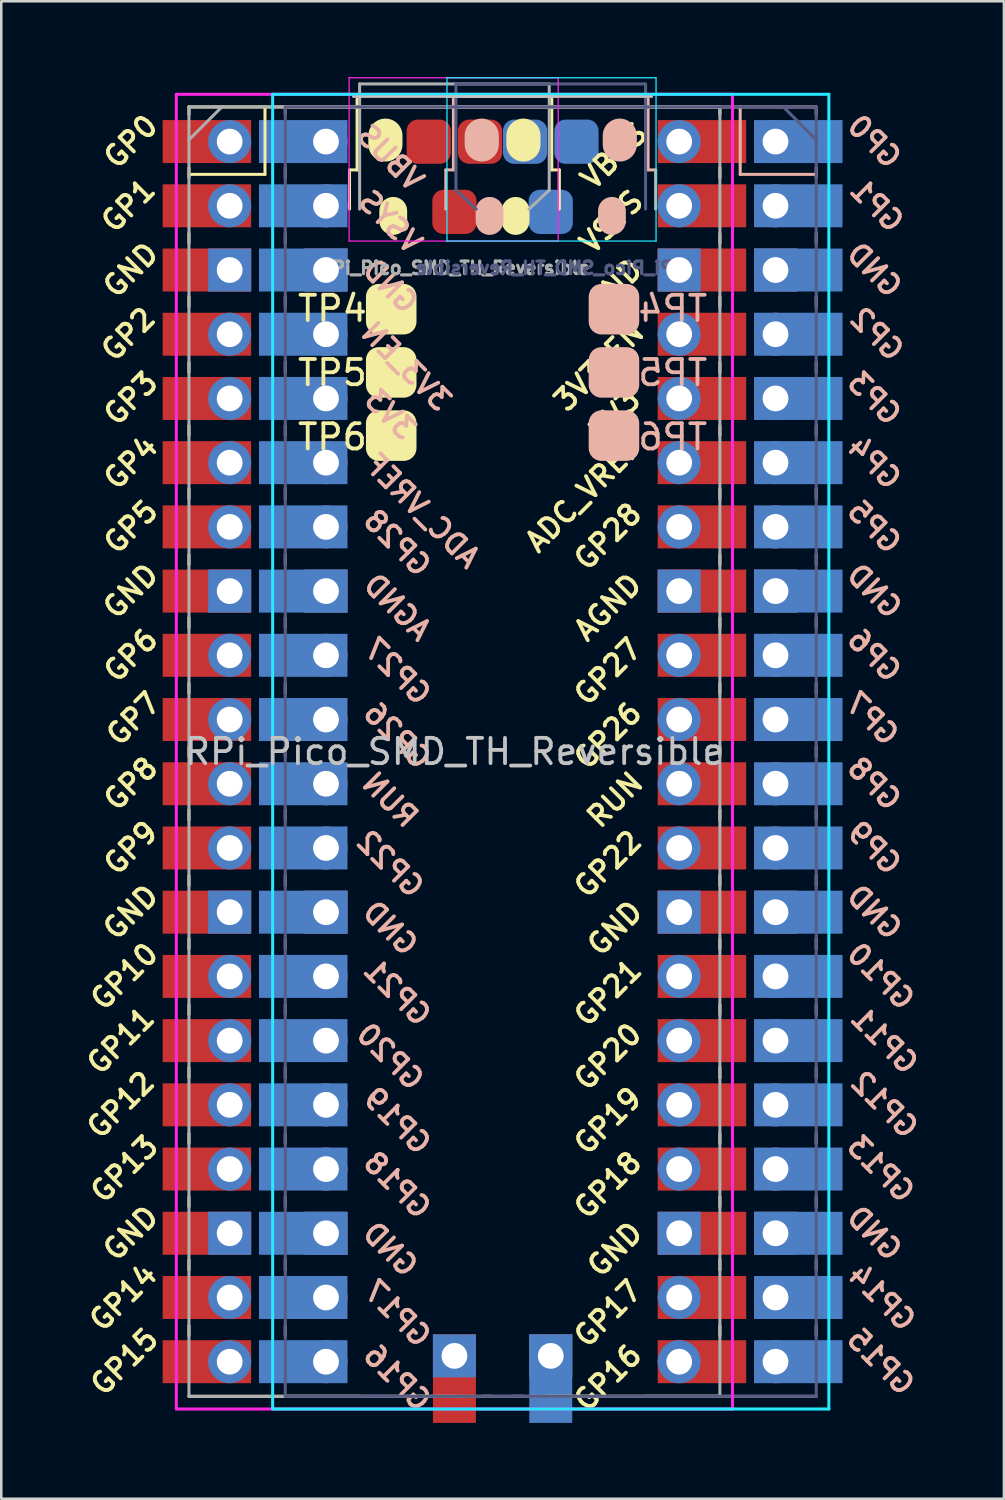
<source format=kicad_pcb>
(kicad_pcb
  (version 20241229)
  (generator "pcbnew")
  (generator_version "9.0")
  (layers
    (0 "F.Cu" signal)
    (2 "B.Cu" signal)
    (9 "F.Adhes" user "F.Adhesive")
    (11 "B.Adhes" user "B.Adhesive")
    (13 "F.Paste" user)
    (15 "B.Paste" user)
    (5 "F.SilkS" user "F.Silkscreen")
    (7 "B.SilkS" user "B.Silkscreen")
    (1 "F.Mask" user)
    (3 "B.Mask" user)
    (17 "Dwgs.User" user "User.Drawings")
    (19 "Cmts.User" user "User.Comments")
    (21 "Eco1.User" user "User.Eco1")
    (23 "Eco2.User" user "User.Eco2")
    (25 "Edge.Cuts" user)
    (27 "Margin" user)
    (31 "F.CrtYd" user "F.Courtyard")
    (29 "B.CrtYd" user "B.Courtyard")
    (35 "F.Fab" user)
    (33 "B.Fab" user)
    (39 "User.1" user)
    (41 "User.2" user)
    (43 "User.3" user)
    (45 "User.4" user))
  (footprint "RPi_Pico_SMD_TH_Reversible"
    (layer "F.Cu")
    (at 14.924 26.68)
    (property "Reference" "RPi_Pico_SMD_TH_Reversible" (at 0 0 0) (layer "Dwgs.User") (effects (font (size 1 1) (thickness 0.15))))
    (attr through_hole)
    (fp_line (start -10.5 -25.5) (end -10.5 -25.2) (stroke (width 0.12) (type solid)) (layer "F.SilkS"))
    (fp_line (start -10.5 -25.5) (end 10.5 -25.5) (stroke (width 0.12) (type solid)) (layer "F.SilkS"))
    (fp_line (start -10.5 -23.1) (end -10.5 -22.7) (stroke (width 0.12) (type solid)) (layer "F.SilkS"))
    (fp_line (start -10.5 -22.833) (end -7.493 -22.833) (stroke (width 0.12) (type solid)) (layer "F.SilkS"))
    (fp_line (start -10.5 -20.5) (end -10.5 -20.1) (stroke (width 0.12) (type solid)) (layer "F.SilkS"))
    (fp_line (start -10.5 -18) (end -10.5 -17.6) (stroke (width 0.12) (type solid)) (layer "F.SilkS"))
    (fp_line (start -10.5 -15.4) (end -10.5 -15) (stroke (width 0.12) (type solid)) (layer "F.SilkS"))
    (fp_line (start -10.5 -12.9) (end -10.5 -12.5) (stroke (width 0.12) (type solid)) (layer "F.SilkS"))
    (fp_line (start -10.5 -10.4) (end -10.5 -10) (stroke (width 0.12) (type solid)) (layer "F.SilkS"))
    (fp_line (start -10.5 -7.8) (end -10.5 -7.4) (stroke (width 0.12) (type solid)) (layer "F.SilkS"))
    (fp_line (start -10.5 -5.3) (end -10.5 -4.9) (stroke (width 0.12) (type solid)) (layer "F.SilkS"))
    (fp_line (start -10.5 -2.7) (end -10.5 -2.3) (stroke (width 0.12) (type solid)) (layer "F.SilkS"))
    (fp_line (start -10.5 -0.2) (end -10.5 0.2) (stroke (width 0.12) (type solid)) (layer "F.SilkS"))
    (fp_line (start -10.5 2.3) (end -10.5 2.7) (stroke (width 0.12) (type solid)) (layer "F.SilkS"))
    (fp_line (start -10.5 4.9) (end -10.5 5.3) (stroke (width 0.12) (type solid)) (layer "F.SilkS"))
    (fp_line (start -10.5 7.4) (end -10.5 7.8) (stroke (width 0.12) (type solid)) (layer "F.SilkS"))
    (fp_line (start -10.5 10) (end -10.5 10.4) (stroke (width 0.12) (type solid)) (layer "F.SilkS"))
    (fp_line (start -10.5 12.5) (end -10.5 12.9) (stroke (width 0.12) (type solid)) (layer "F.SilkS"))
    (fp_line (start -10.5 15.1) (end -10.5 15.5) (stroke (width 0.12) (type solid)) (layer "F.SilkS"))
    (fp_line (start -10.5 17.6) (end -10.5 18) (stroke (width 0.12) (type solid)) (layer "F.SilkS"))
    (fp_line (start -10.5 20.1) (end -10.5 20.5) (stroke (width 0.12) (type solid)) (layer "F.SilkS"))
    (fp_line (start -10.5 22.7) (end -10.5 23.1) (stroke (width 0.12) (type solid)) (layer "F.SilkS"))
    (fp_line (start -7.493 -22.833) (end -7.493 -25.5) (stroke (width 0.12) (type solid)) (layer "F.SilkS"))
    (fp_line (start -4.15 -23.01) (end -4.15 -21.46) (stroke (width 0.12) (type solid)) (layer "F.SilkS"))
    (fp_line (start -3.85 -25.81) (end -3.85 -23.01) (stroke (width 0.12) (type solid)) (layer "F.SilkS"))
    (fp_line (start -3.85 -23.01) (end -4.15 -23.01) (stroke (width 0.12) (type solid)) (layer "F.SilkS"))
    (fp_line (start -3.7 25.5) (end -10.5 25.5) (stroke (width 0.12) (type solid)) (layer "F.SilkS"))
    (fp_line (start -1.5 25.5) (end -1.1 25.5) (stroke (width 0.12) (type solid)) (layer "F.SilkS"))
    (fp_line (start 1.1 25.5) (end 1.5 25.5) (stroke (width 0.12) (type solid)) (layer "F.SilkS"))
    (fp_line (start 3.85 -25.81) (end 3.85 -23.01) (stroke (width 0.12) (type solid)) (layer "F.SilkS"))
    (fp_line (start 4.15 -23.01) (end 3.85 -23.01) (stroke (width 0.12) (type solid)) (layer "F.SilkS"))
    (fp_line (start 4.15 -23.01) (end 4.15 -21.46) (stroke (width 0.12) (type solid)) (layer "F.SilkS"))
    (fp_line (start 10.5 -25.5) (end 10.5 -25.2) (stroke (width 0.12) (type solid)) (layer "F.SilkS"))
    (fp_line (start 10.5 -23.1) (end 10.5 -22.7) (stroke (width 0.12) (type solid)) (layer "F.SilkS"))
    (fp_line (start 10.5 -20.5) (end 10.5 -20.1) (stroke (width 0.12) (type solid)) (layer "F.SilkS"))
    (fp_line (start 10.5 -18) (end 10.5 -17.6) (stroke (width 0.12) (type solid)) (layer "F.SilkS"))
    (fp_line (start 10.5 -15.4) (end 10.5 -15) (stroke (width 0.12) (type solid)) (layer "F.SilkS"))
    (fp_line (start 10.5 -12.9) (end 10.5 -12.5) (stroke (width 0.12) (type solid)) (layer "F.SilkS"))
    (fp_line (start 10.5 -10.4) (end 10.5 -10) (stroke (width 0.12) (type solid)) (layer "F.SilkS"))
    (fp_line (start 10.5 -7.8) (end 10.5 -7.4) (stroke (width 0.12) (type solid)) (layer "F.SilkS"))
    (fp_line (start 10.5 -5.3) (end 10.5 -4.9) (stroke (width 0.12) (type solid)) (layer "F.SilkS"))
    (fp_line (start 10.5 -2.7) (end 10.5 -2.3) (stroke (width 0.12) (type solid)) (layer "F.SilkS"))
    (fp_line (start 10.5 -0.2) (end 10.5 0.2) (stroke (width 0.12) (type solid)) (layer "F.SilkS"))
    (fp_line (start 10.5 2.3) (end 10.5 2.7) (stroke (width 0.12) (type solid)) (layer "F.SilkS"))
    (fp_line (start 10.5 4.9) (end 10.5 5.3) (stroke (width 0.12) (type solid)) (layer "F.SilkS"))
    (fp_line (start 10.5 7.4) (end 10.5 7.8) (stroke (width 0.12) (type solid)) (layer "F.SilkS"))
    (fp_line (start 10.5 10) (end 10.5 10.4) (stroke (width 0.12) (type solid)) (layer "F.SilkS"))
    (fp_line (start 10.5 12.5) (end 10.5 12.9) (stroke (width 0.12) (type solid)) (layer "F.SilkS"))
    (fp_line (start 10.5 15.1) (end 10.5 15.5) (stroke (width 0.12) (type solid)) (layer "F.SilkS"))
    (fp_line (start 10.5 17.6) (end 10.5 18) (stroke (width 0.12) (type solid)) (layer "F.SilkS"))
    (fp_line (start 10.5 20.1) (end 10.5 20.5) (stroke (width 0.12) (type solid)) (layer "F.SilkS"))
    (fp_line (start 10.5 22.7) (end 10.5 23.1) (stroke (width 0.12) (type solid)) (layer "F.SilkS"))
    (fp_line (start 10.5 25.5) (end 3.7 25.5) (stroke (width 0.12) (type solid)) (layer "F.SilkS"))
    (fp_line (start -6.69 -25.5) (end -6.69 -25.2) (stroke (width 0.12) (type solid)) (layer "B.SilkS"))
    (fp_line (start -6.69 -23.1) (end -6.69 -22.7) (stroke (width 0.12) (type solid)) (layer "B.SilkS"))
    (fp_line (start -6.69 -20.5) (end -6.69 -20.1) (stroke (width 0.12) (type solid)) (layer "B.SilkS"))
    (fp_line (start -6.69 -18) (end -6.69 -17.6) (stroke (width 0.12) (type solid)) (layer "B.SilkS"))
    (fp_line (start -6.69 -15.4) (end -6.69 -15) (stroke (width 0.12) (type solid)) (layer "B.SilkS"))
    (fp_line (start -6.69 -12.9) (end -6.69 -12.5) (stroke (width 0.12) (type solid)) (layer "B.SilkS"))
    (fp_line (start -6.69 -10.4) (end -6.69 -10) (stroke (width 0.12) (type solid)) (layer "B.SilkS"))
    (fp_line (start -6.69 -7.8) (end -6.69 -7.4) (stroke (width 0.12) (type solid)) (layer "B.SilkS"))
    (fp_line (start -6.69 -5.3) (end -6.69 -4.9) (stroke (width 0.12) (type solid)) (layer "B.SilkS"))
    (fp_line (start -6.69 -2.7) (end -6.69 -2.3) (stroke (width 0.12) (type solid)) (layer "B.SilkS"))
    (fp_line (start -6.69 -0.2) (end -6.69 0.2) (stroke (width 0.12) (type solid)) (layer "B.SilkS"))
    (fp_line (start -6.69 2.3) (end -6.69 2.7) (stroke (width 0.12) (type solid)) (layer "B.SilkS"))
    (fp_line (start -6.69 4.9) (end -6.69 5.3) (stroke (width 0.12) (type solid)) (layer "B.SilkS"))
    (fp_line (start -6.69 7.4) (end -6.69 7.8) (stroke (width 0.12) (type solid)) (layer "B.SilkS"))
    (fp_line (start -6.69 10) (end -6.69 10.4) (stroke (width 0.12) (type solid)) (layer "B.SilkS"))
    (fp_line (start -6.69 12.5) (end -6.69 12.9) (stroke (width 0.12) (type solid)) (layer "B.SilkS"))
    (fp_line (start -6.69 15.1) (end -6.69 15.5) (stroke (width 0.12) (type solid)) (layer "B.SilkS"))
    (fp_line (start -6.69 17.6) (end -6.69 18) (stroke (width 0.12) (type solid)) (layer "B.SilkS"))
    (fp_line (start -6.69 20.1) (end -6.69 20.5) (stroke (width 0.12) (type solid)) (layer "B.SilkS"))
    (fp_line (start -6.69 22.7) (end -6.69 23.1) (stroke (width 0.12) (type solid)) (layer "B.SilkS"))
    (fp_line (start -6.69 25.5) (end 0.11 25.5) (stroke (width 0.12) (type solid)) (layer "B.SilkS"))
    (fp_line (start -0.34 -23.01) (end -0.34 -21.46) (stroke (width 0.12) (type solid)) (layer "B.SilkS"))
    (fp_line (start -0.34 -23.01) (end -0.04 -23.01) (stroke (width 0.12) (type solid)) (layer "B.SilkS"))
    (fp_line (start -0.04 -25.81) (end -0.04 -23.01) (stroke (width 0.12) (type solid)) (layer "B.SilkS"))
    (fp_line (start 2.71 25.5) (end 2.31 25.5) (stroke (width 0.12) (type solid)) (layer "B.SilkS"))
    (fp_line (start 5.31 25.5) (end 4.91 25.5) (stroke (width 0.12) (type solid)) (layer "B.SilkS"))
    (fp_line (start 7.51 25.5) (end 14.31 25.5) (stroke (width 0.12) (type solid)) (layer "B.SilkS"))
    (fp_line (start 7.66 -25.81) (end 7.66 -23.01) (stroke (width 0.12) (type solid)) (layer "B.SilkS"))
    (fp_line (start 7.66 -23.01) (end 7.96 -23.01) (stroke (width 0.12) (type solid)) (layer "B.SilkS"))
    (fp_line (start 7.96 -23.01) (end 7.96 -21.46) (stroke (width 0.12) (type solid)) (layer "B.SilkS"))
    (fp_line (start 11.303 -22.833) (end 11.303 -25.5) (stroke (width 0.12) (type solid)) (layer "B.SilkS"))
    (fp_line (start 14.31 -25.5) (end -6.69 -25.5) (stroke (width 0.12) (type solid)) (layer "B.SilkS"))
    (fp_line (start 14.31 -25.5) (end 14.31 -25.2) (stroke (width 0.12) (type solid)) (layer "B.SilkS"))
    (fp_line (start 14.31 -23.1) (end 14.31 -22.7) (stroke (width 0.12) (type solid)) (layer "B.SilkS"))
    (fp_line (start 14.31 -22.833) (end 11.303 -22.833) (stroke (width 0.12) (type solid)) (layer "B.SilkS"))
    (fp_line (start 14.31 -20.5) (end 14.31 -20.1) (stroke (width 0.12) (type solid)) (layer "B.SilkS"))
    (fp_line (start 14.31 -18) (end 14.31 -17.6) (stroke (width 0.12) (type solid)) (layer "B.SilkS"))
    (fp_line (start 14.31 -15.4) (end 14.31 -15) (stroke (width 0.12) (type solid)) (layer "B.SilkS"))
    (fp_line (start 14.31 -12.9) (end 14.31 -12.5) (stroke (width 0.12) (type solid)) (layer "B.SilkS"))
    (fp_line (start 14.31 -10.4) (end 14.31 -10) (stroke (width 0.12) (type solid)) (layer "B.SilkS"))
    (fp_line (start 14.31 -7.8) (end 14.31 -7.4) (stroke (width 0.12) (type solid)) (layer "B.SilkS"))
    (fp_line (start 14.31 -5.3) (end 14.31 -4.9) (stroke (width 0.12) (type solid)) (layer "B.SilkS"))
    (fp_line (start 14.31 -2.7) (end 14.31 -2.3) (stroke (width 0.12) (type solid)) (layer "B.SilkS"))
    (fp_line (start 14.31 -0.2) (end 14.31 0.2) (stroke (width 0.12) (type solid)) (layer "B.SilkS"))
    (fp_line (start 14.31 2.3) (end 14.31 2.7) (stroke (width 0.12) (type solid)) (layer "B.SilkS"))
    (fp_line (start 14.31 4.9) (end 14.31 5.3) (stroke (width 0.12) (type solid)) (layer "B.SilkS"))
    (fp_line (start 14.31 7.4) (end 14.31 7.8) (stroke (width 0.12) (type solid)) (layer "B.SilkS"))
    (fp_line (start 14.31 10) (end 14.31 10.4) (stroke (width 0.12) (type solid)) (layer "B.SilkS"))
    (fp_line (start 14.31 12.5) (end 14.31 12.9) (stroke (width 0.12) (type solid)) (layer "B.SilkS"))
    (fp_line (start 14.31 15.1) (end 14.31 15.5) (stroke (width 0.12) (type solid)) (layer "B.SilkS"))
    (fp_line (start 14.31 17.6) (end 14.31 18) (stroke (width 0.12) (type solid)) (layer "B.SilkS"))
    (fp_line (start 14.31 20.1) (end 14.31 20.5) (stroke (width 0.12) (type solid)) (layer "B.SilkS"))
    (fp_line (start 14.31 22.7) (end 14.31 23.1) (stroke (width 0.12) (type solid)) (layer "B.SilkS"))
    (fp_line (start -0.19 -25.91) (end 7.81 -25.91) (stroke (width 0.1) (type solid)) (layer "Dwgs.User"))
    (fp_line (start 4 -25.91) (end -4 -25.91) (stroke (width 0.1) (type solid)) (layer "Dwgs.User"))
    (fp_line (start -7.19 -26) (end -7.19 26) (stroke (width 0.12) (type solid)) (layer "B.CrtYd"))
    (fp_line (start -7.19 26) (end 14.81 26) (stroke (width 0.12) (type solid)) (layer "B.CrtYd"))
    (fp_line (start -0.295 -20.195) (end -0.295 -26.655) (stroke (width 0.05) (type solid)) (layer "B.CrtYd"))
    (fp_line (start -0.295 -20.195) (end 7.975 -20.195) (stroke (width 0.05) (type solid)) (layer "B.CrtYd"))
    (fp_line (start 7.975 -26.655) (end -0.295 -26.655) (stroke (width 0.05) (type solid)) (layer "B.CrtYd"))
    (fp_line (start 7.975 -26.655) (end 7.975 -20.195) (stroke (width 0.05) (type solid)) (layer "B.CrtYd"))
    (fp_line (start 14.81 -26) (end -7.19 -26) (stroke (width 0.12) (type solid)) (layer "B.CrtYd"))
    (fp_line (start 14.81 26) (end 14.81 -26) (stroke (width 0.12) (type solid)) (layer "B.CrtYd"))
    (fp_line (start -11 -26) (end 11 -26) (stroke (width 0.12) (type solid)) (layer "F.CrtYd"))
    (fp_line (start -11 26) (end -11 -26) (stroke (width 0.12) (type solid)) (layer "F.CrtYd"))
    (fp_line (start -4.165 -26.655) (end -4.165 -20.195) (stroke (width 0.05) (type solid)) (layer "F.CrtYd"))
    (fp_line (start -4.165 -26.655) (end 4.105 -26.655) (stroke (width 0.05) (type solid)) (layer "F.CrtYd"))
    (fp_line (start 4.105 -20.195) (end -4.165 -20.195) (stroke (width 0.05) (type solid)) (layer "F.CrtYd"))
    (fp_line (start 4.105 -20.195) (end 4.105 -26.655) (stroke (width 0.05) (type solid)) (layer "F.CrtYd"))
    (fp_line (start 11 -26) (end 11 26) (stroke (width 0.12) (type solid)) (layer "F.CrtYd"))
    (fp_line (start 11 26) (end -11 26) (stroke (width 0.12) (type solid)) (layer "F.CrtYd"))
    (fp_line (start -6.69 -25.5) (end -6.69 25.5) (stroke (width 0.12) (type solid)) (layer "B.Fab"))
    (fp_line (start -6.69 25.5) (end 14.31 25.5) (stroke (width 0.12) (type solid)) (layer "B.Fab"))
    (fp_line (start 0.06 -26.41) (end 0.06 -22.21) (stroke (width 0.12) (type solid)) (layer "B.Fab"))
    (fp_line (start 0.06 -22.21) (end 0.86 -21.46) (stroke (width 0.12) (type solid)) (layer "B.Fab"))
    (fp_line (start 7.56 -26.41) (end 0.06 -26.41) (stroke (width 0.12) (type solid)) (layer "B.Fab"))
    (fp_line (start 7.56 -21.46) (end 7.56 -26.41) (stroke (width 0.12) (type solid)) (layer "B.Fab"))
    (fp_line (start 14.31 -25.5) (end -6.69 -25.5) (stroke (width 0.12) (type solid)) (layer "B.Fab"))
    (fp_line (start 14.31 -24.2) (end 13.01 -25.5) (stroke (width 0.12) (type solid)) (layer "B.Fab"))
    (fp_line (start 14.31 25.5) (end 14.31 -25.5) (stroke (width 0.12) (type solid)) (layer "B.Fab"))
    (fp_line (start -10.5 -25.5) (end 10.5 -25.5) (stroke (width 0.12) (type solid)) (layer "F.Fab"))
    (fp_line (start -10.5 -24.2) (end -9.2 -25.5) (stroke (width 0.12) (type solid)) (layer "F.Fab"))
    (fp_line (start -10.5 25.5) (end -10.5 -25.5) (stroke (width 0.12) (type solid)) (layer "F.Fab"))
    (fp_line (start -3.75 -26.41) (end 3.75 -26.41) (stroke (width 0.12) (type solid)) (layer "F.Fab"))
    (fp_line (start -3.75 -21.46) (end -3.75 -26.41) (stroke (width 0.12) (type solid)) (layer "F.Fab"))
    (fp_line (start 3.75 -26.41) (end 3.75 -22.21) (stroke (width 0.12) (type solid)) (layer "F.Fab"))
    (fp_line (start 3.75 -22.21) (end 2.95 -21.46) (stroke (width 0.12) (type solid)) (layer "F.Fab"))
    (fp_line (start 10.5 -25.5) (end 10.5 25.5) (stroke (width 0.12) (type solid)) (layer "F.Fab"))
    (fp_line (start 10.5 25.5) (end -10.5 25.5) (stroke (width 0.12) (type solid)) (layer "F.Fab"))
    (fp_text user "VBUS" (at 6.315 -23.565 45) (layer "F.SilkS") (effects (font (size 0.8 0.8) (thickness 0.15))))
    (fp_text user "GP8" (at -12.8 1.27 45) (layer "F.SilkS") (effects (font (size 0.8 0.8) (thickness 0.15))))
    (fp_text user "GP0" (at -12.8 -24.13 45) (layer "F.SilkS") (effects (font (size 0.8 0.8) (thickness 0.15))))
    (fp_text user "GND" (at -12.8 6.35 45) (layer "F.SilkS") (effects (font (size 0.8 0.8) (thickness 0.15))))
    (fp_text user "GP22" (at 6.069 4.445 45) (layer "F.SilkS") (effects (font (size 0.8 0.8) (thickness 0.15))))
    (fp_text user "GP20" (at 6.069 12.065 45) (layer "F.SilkS") (effects (font (size 0.8 0.8) (thickness 0.15))))
    (fp_text user "GP13" (at -13.054 16.51 45) (layer "F.SilkS") (effects (font (size 0.8 0.8) (thickness 0.15))))
    (fp_text user "GND" (at -12.8 -6.35 45) (layer "F.SilkS") (effects (font (size 0.8 0.8) (thickness 0.15))))
    (fp_text user "GND" (at 6.35 6.985 45) (layer "F.SilkS") (effects (font (size 0.8 0.8) (thickness 0.15))))
    (fp_text user "GP28" (at 6.069 -8.509 45) (layer "F.SilkS") (effects (font (size 0.8 0.8) (thickness 0.15))))
    (fp_text user "TP4" (at -4.826 -17.526 0) (layer "F.SilkS") (effects (font (size 1 1) (thickness 0.15))))
    (fp_text user "GP15" (at -13.054 24.13 45) (layer "F.SilkS") (effects (font (size 0.8 0.8) (thickness 0.15))))
    (fp_text user "3V3" (at 6.35 -13.335 45) (layer "F.SilkS") (effects (font (size 0.8 0.8) (thickness 0.15))))
    (fp_text user "GND" (at -12.8 -19.05 45) (layer "F.SilkS") (effects (font (size 0.8 0.8) (thickness 0.15))))
    (fp_text user "GP6" (at -12.8 -3.81 45) (layer "F.SilkS") (effects (font (size 0.8 0.8) (thickness 0.15))))
    (fp_text user "GP7" (at -12.7 -1.3 45) (layer "F.SilkS") (effects (font (size 0.8 0.8) (thickness 0.15))))
    (fp_text user "TP5" (at -4.826 -14.986 0) (layer "F.SilkS") (effects (font (size 1 1) (thickness 0.15))))
    (fp_text user "ADC_VREF" (at 5.08 -10.16 45) (layer "F.SilkS") (effects (font (size 0.8 0.8) (thickness 0.15))))
    (fp_text user "GP27" (at 6.069 -3.165 45) (layer "F.SilkS") (effects (font (size 0.8 0.8) (thickness 0.15))))
    (fp_text user "GP10" (at -13.054 8.89 45) (layer "F.SilkS") (effects (font (size 0.8 0.8) (thickness 0.15))))
    (fp_text user "RUN" (at 6.35 1.905 45) (layer "F.SilkS") (effects (font (size 0.8 0.8) (thickness 0.15))))
    (fp_text user "VSYS" (at 6.215 -20.955 45) (layer "F.SilkS") (effects (font (size 0.8 0.8) (thickness 0.15))))
    (fp_text user "GP21" (at 6.069 9.535 45) (layer "F.SilkS") (effects (font (size 0.8 0.8) (thickness 0.15))))
    (fp_text user "GP2" (at -12.9 -16.51 45) (layer "F.SilkS") (effects (font (size 0.8 0.8) (thickness 0.15))))
    (fp_text user "GP9" (at -12.8 3.81 45) (layer "F.SilkS") (effects (font (size 0.8 0.8) (thickness 0.15))))
    (fp_text user "GP12" (at -13.2 13.97 45) (layer "F.SilkS") (effects (font (size 0.8 0.8) (thickness 0.15))))
    (fp_text user "GP3" (at -12.8 -13.97 45) (layer "F.SilkS") (effects (font (size 0.8 0.8) (thickness 0.15))))
    (fp_text user "GND" (at 6.35 19.685 45) (layer "F.SilkS") (effects (font (size 0.8 0.8) (thickness 0.15))))
    (fp_text user "GP1" (at -12.9 -21.6 45) (layer "F.SilkS") (effects (font (size 0.8 0.8) (thickness 0.15))))
    (fp_text user "GP11" (at -13.2 11.43 45) (layer "F.SilkS") (effects (font (size 0.8 0.8) (thickness 0.15))))
    (fp_text user "GP18" (at 6.069 17.145 45) (layer "F.SilkS") (effects (font (size 0.8 0.8) (thickness 0.15))))
    (fp_text user "GP5" (at -12.8 -8.89 45) (layer "F.SilkS") (effects (font (size 0.8 0.8) (thickness 0.15))))
    (fp_text user "GP19" (at 6.069 14.605 45) (layer "F.SilkS") (effects (font (size 0.8 0.8) (thickness 0.15))))
    (fp_text user "TP6" (at -4.826 -12.446 0) (layer "F.SilkS") (effects (font (size 1 1) (thickness 0.15))))
    (fp_text user "AGND" (at 6.069 -5.715 45) (layer "F.SilkS") (effects (font (size 0.8 0.8) (thickness 0.15))))
    (fp_text user "GP16" (at 6.069 24.765 45) (layer "F.SilkS") (effects (font (size 0.8 0.8) (thickness 0.15))))
    (fp_text user "GND" (at -12.8 19.05 45) (layer "F.SilkS") (effects (font (size 0.8 0.8) (thickness 0.15))))
    (fp_text user "GP4" (at -12.8 -11.43 45) (layer "F.SilkS") (effects (font (size 0.8 0.8) (thickness 0.15))))
    (fp_text user "GND" (at 6.35 -18.415 45) (layer "F.SilkS") (effects (font (size 0.8 0.8) (thickness 0.15))))
    (fp_text user "GP26" (at 6.069 -0.635 45) (layer "F.SilkS") (effects (font (size 0.8 0.8) (thickness 0.15))))
    (fp_text user "GP17" (at 6.069 22.225 45) (layer "F.SilkS") (effects (font (size 0.8 0.8) (thickness 0.15))))
    (fp_text user "GP14" (at -13.1 21.59 45) (layer "F.SilkS") (effects (font (size 0.8 0.8) (thickness 0.15))))
    (fp_text user "3V3_EN" (at 5.715 -15.24 45) (layer "F.SilkS") (effects (font (size 0.8 0.8) (thickness 0.15))))
    (fp_text user "GND" (at 16.61 -6.35 135) (layer "B.SilkS") (effects (font (size 0.8 0.8) (thickness 0.15)) (justify mirror)))
    (fp_text user "GND" (at 16.61 -19.05 135) (layer "B.SilkS") (effects (font (size 0.8 0.8) (thickness 0.15)) (justify mirror)))
    (fp_text user "VSYS" (at -2.54 -20.955 135) (layer "B.SilkS") (effects (font (size 0.8 0.8) (thickness 0.15)) (justify mirror)))
    (fp_text user "GP22" (at -2.54 4.445 135) (layer "B.SilkS") (effects (font (size 0.8 0.8) (thickness 0.15)) (justify mirror)))
    (fp_text user "GND" (at 16.61 6.35 135) (layer "B.SilkS") (effects (font (size 0.8 0.8) (thickness 0.15)) (justify mirror)))
    (fp_text user "GP26" (at -2.259 -0.635 135) (layer "B.SilkS") (effects (font (size 0.8 0.8) (thickness 0.15)) (justify mirror)))
    (fp_text user "GP11" (at 17.01 11.43 135) (layer "B.SilkS") (effects (font (size 0.8 0.8) (thickness 0.15)) (justify mirror)))
    (fp_text user "GP10" (at 16.864 8.89 135) (layer "B.SilkS") (effects (font (size 0.8 0.8) (thickness 0.15)) (justify mirror)))
    (fp_text user "TP5" (at 8.636 -14.986 180) (layer "B.SilkS") (effects (font (size 1 1) (thickness 0.15)) (justify mirror)))
    (fp_text user "3V3" (at -2.54 -13.335 135) (layer "B.SilkS") (effects (font (size 0.8 0.8) (thickness 0.15)) (justify mirror)))
    (fp_text user "GP21" (at -2.259 9.525 135) (layer "B.SilkS") (effects (font (size 0.8 0.8) (thickness 0.15)) (justify mirror)))
    (fp_text user "GND" (at -2.54 19.685 135) (layer "B.SilkS") (effects (font (size 0.8 0.8) (thickness 0.15)) (justify mirror)))
    (fp_text user "AGND" (at -2.259 -5.715 135) (layer "B.SilkS") (effects (font (size 0.8 0.8) (thickness 0.15)) (justify mirror)))
    (fp_text user "TP6" (at 8.636 -12.446 180) (layer "B.SilkS") (effects (font (size 1 1) (thickness 0.15)) (justify mirror)))
    (fp_text user "GP1" (at 16.71 -21.6 135) (layer "B.SilkS") (effects (font (size 0.8 0.8) (thickness 0.15)) (justify mirror)))
    (fp_text user "GND" (at 16.61 19.05 135) (layer "B.SilkS") (effects (font (size 0.8 0.8) (thickness 0.15)) (justify mirror)))
    (fp_text user "GP8" (at 16.61 1.27 135) (layer "B.SilkS") (effects (font (size 0.8 0.8) (thickness 0.15)) (justify mirror)))
    (fp_text user "GP27" (at -2.259 -3.175 135) (layer "B.SilkS") (effects (font (size 0.8 0.8) (thickness 0.15)) (justify mirror)))
    (fp_text user "GP12" (at 17.01 13.97 135) (layer "B.SilkS") (effects (font (size 0.8 0.8) (thickness 0.15)) (justify mirror)))
    (fp_text user "GP0" (at 16.61 -24.13 135) (layer "B.SilkS") (effects (font (size 0.8 0.8) (thickness 0.15)) (justify mirror)))
    (fp_text user "GP13" (at 16.864 16.51 135) (layer "B.SilkS") (effects (font (size 0.8 0.8) (thickness 0.15)) (justify mirror)))
    (fp_text user "GP2" (at 16.71 -16.51 135) (layer "B.SilkS") (effects (font (size 0.8 0.8) (thickness 0.15)) (justify mirror)))
    (fp_text user "GND" (at -2.54 6.985 135) (layer "B.SilkS") (effects (font (size 0.8 0.8) (thickness 0.15)) (justify mirror)))
    (fp_text user "VBUS" (at -2.54 -23.495 135) (layer "B.SilkS") (effects (font (size 0.8 0.8) (thickness 0.15)) (justify mirror)))
    (fp_text user "GP4" (at 16.61 -11.43 135) (layer "B.SilkS") (effects (font (size 0.8 0.8) (thickness 0.15)) (justify mirror)))
    (fp_text user "GP7" (at 16.51 -1.3 135) (layer "B.SilkS") (effects (font (size 0.8 0.8) (thickness 0.15)) (justify mirror)))
    (fp_text user "3V3_EN" (at -1.905 -15.24 135) (layer "B.SilkS") (effects (font (size 0.8 0.8) (thickness 0.15)) (justify mirror)))
    (fp_text user "GP18" (at -2.259 17.145 135) (layer "B.SilkS") (effects (font (size 0.8 0.8) (thickness 0.15)) (justify mirror)))
    (fp_text user "GP28" (at -2.259 -8.255 135) (layer "B.SilkS") (effects (font (size 0.8 0.8) (thickness 0.15)) (justify mirror)))
    (fp_text user "GND" (at -2.54 -18.415 135) (layer "B.SilkS") (effects (font (size 0.8 0.8) (thickness 0.15)) (justify mirror)))
    (fp_text user "GP5" (at 16.61 -8.89 135) (layer "B.SilkS") (effects (font (size 0.8 0.8) (thickness 0.15)) (justify mirror)))
    (fp_text user "GP17" (at -2.259 22.225 135) (layer "B.SilkS") (effects (font (size 0.8 0.8) (thickness 0.15)) (justify mirror)))
    (fp_text user "GP15" (at 16.864 24.13 135) (layer "B.SilkS") (effects (font (size 0.8 0.8) (thickness 0.15)) (justify mirror)))
    (fp_text user "GP20" (at -2.54 12.065 135) (layer "B.SilkS") (effects (font (size 0.8 0.8) (thickness 0.15)) (justify mirror)))
    (fp_text user "GP3" (at 16.61 -13.97 135) (layer "B.SilkS") (effects (font (size 0.8 0.8) (thickness 0.15)) (justify mirror)))
    (fp_text user "GP16" (at -2.259 24.765 135) (layer "B.SilkS") (effects (font (size 0.8 0.8) (thickness 0.15)) (justify mirror)))
    (fp_text user "ADC_VREF" (at -1.27 -9.525 135) (layer "B.SilkS") (effects (font (size 0.8 0.8) (thickness 0.15)) (justify mirror)))
    (fp_text user "RUN" (at -2.54 1.905 135) (layer "B.SilkS") (effects (font (size 0.8 0.8) (thickness 0.15)) (justify mirror)))
    (fp_text user "GP14" (at 16.91 21.59 135) (layer "B.SilkS") (effects (font (size 0.8 0.8) (thickness 0.15)) (justify mirror)))
    (fp_text user "TP4" (at 8.636 -17.526 180) (layer "B.SilkS") (effects (font (size 1 1) (thickness 0.15)) (justify mirror)))
    (fp_text user "GP19" (at -2.259 14.605 135) (layer "B.SilkS") (effects (font (size 0.8 0.8) (thickness 0.15)) (justify mirror)))
    (fp_text user "GP6" (at 16.61 -3.81 135) (layer "B.SilkS") (effects (font (size 0.8 0.8) (thickness 0.15)) (justify mirror)))
    (fp_text user "GP9" (at 16.61 3.81 135) (layer "B.SilkS") (effects (font (size 0.8 0.8) (thickness 0.15)) (justify mirror)))
    (fp_text user "${REFERENCE}" (at 3.81 -19.13 0) (layer "B.Fab") (effects (font (size 0.5 0.5) (thickness 0.125)) (justify mirror)))
    (fp_text user "${REFERENCE}" (at 0 -19.13 180) (layer "F.Fab") (effects (font (size 0.5 0.5) (thickness 0.125))))
    (pad "" smd oval (at -2.73 -24.19 270) (size 1.7 1.35) (layers "F.SilkS"))
    (pad "" smd roundrect (at -2.5 -17.5) (size 2 2) (layers "F.SilkS") (roundrect_rratio 0.25))
    (pad "" connect roundrect (at -2.5 -15) (size 2 2) (layers "F.SilkS") (roundrect_rratio 0.25))
    (pad "" connect roundrect (at -2.5 -12.5) (size 2 2) (layers "F.SilkS") (roundrect_rratio 0.25))
    (pad "" smd oval (at -2.42 -21.19 270) (size 1.5 1.1) (layers "F.SilkS"))
    (pad "" smd oval (at 1.08 -24.19 270) (size 1.7 1.35) (layers "B.SilkS"))
    (pad "" smd oval (at 1.39 -21.19 270) (size 1.5 1.1) (layers "B.SilkS"))
    (pad "" smd oval (at 2.42 -21.19 270) (size 1.5 1.1) (layers "F.SilkS"))
    (pad "" smd oval (at 2.73 -24.19 270) (size 1.7 1.35) (layers "F.SilkS"))
    (pad "" smd oval (at 6.23 -21.19 270) (size 1.5 1.1) (layers "B.SilkS"))
    (pad "" smd roundrect (at 6.31 -17.5 180) (size 2 2) (layers "B.SilkS") (roundrect_rratio 0.25))
    (pad "" connect roundrect (at 6.31 -15 180) (size 2 2) (layers "B.SilkS") (roundrect_rratio 0.25))
    (pad "" connect roundrect (at 6.31 -12.5 180) (size 2 2) (layers "B.SilkS") (roundrect_rratio 0.25))
    (pad "" smd oval (at 6.54 -24.19 270) (size 1.7 1.35) (layers "B.SilkS"))
    (pad "1" thru_hole oval (at -8.89 -24.13) (size 1.7 1.7) (drill 1.02) (layers "*.Cu" "*.Mask"))
    (pad "1" smd rect (at -8.89 -24.13) (size 3.5 1.7) (drill (offset -0.9 0)) (layers "F.Cu" "F.Mask"))
    (pad "1" thru_hole oval (at 12.7 -24.13 180) (size 1.7 1.7) (drill 1.02) (layers "*.Cu" "*.Mask"))
    (pad "1" smd rect (at 12.7 -24.13 180) (size 3.5 1.7) (drill (offset -0.9 0)) (layers "B.Cu" "B.Mask"))
    (pad "2" thru_hole oval (at -8.89 -21.59) (size 1.7 1.7) (drill 1.02) (layers "*.Cu" "*.Mask"))
    (pad "2" smd rect (at -8.89 -21.59) (size 3.5 1.7) (drill (offset -0.9 0)) (layers "F.Cu" "F.Mask"))
    (pad "2" thru_hole oval (at 12.7 -21.59 180) (size 1.7 1.7) (drill 1.02) (layers "*.Cu" "*.Mask"))
    (pad "2" smd rect (at 12.7 -21.59 180) (size 3.5 1.7) (drill (offset -0.9 0)) (layers "B.Cu" "B.Mask"))
    (pad "3" thru_hole rect (at -8.89 -19.05) (size 1.7 1.7) (drill 1.02) (layers "*.Cu" "*.Mask"))
    (pad "3" smd rect (at -8.89 -19.05) (size 3.5 1.7) (drill (offset -0.9 0)) (layers "F.Cu" "F.Mask"))
    (pad "3" thru_hole rect (at 12.7 -19.05 180) (size 1.7 1.7) (drill 1.02) (layers "*.Cu" "*.Mask"))
    (pad "3" smd rect (at 12.7 -19.05 180) (size 3.5 1.7) (drill (offset -0.9 0)) (layers "B.Cu" "B.Mask"))
    (pad "4" thru_hole oval (at -8.89 -16.51) (size 1.7 1.7) (drill 1.02) (layers "*.Cu" "*.Mask"))
    (pad "4" smd rect (at -8.89 -16.51) (size 3.5 1.7) (drill (offset -0.9 0)) (layers "F.Cu" "F.Mask"))
    (pad "4" thru_hole oval (at 12.7 -16.51 180) (size 1.7 1.7) (drill 1.02) (layers "*.Cu" "*.Mask"))
    (pad "4" smd rect (at 12.7 -16.51 180) (size 3.5 1.7) (drill (offset -0.9 0)) (layers "B.Cu" "B.Mask"))
    (pad "5" thru_hole oval (at -8.89 -13.97) (size 1.7 1.7) (drill 1.02) (layers "*.Cu" "*.Mask"))
    (pad "5" smd rect (at -8.89 -13.97) (size 3.5 1.7) (drill (offset -0.9 0)) (layers "F.Cu" "F.Mask"))
    (pad "5" thru_hole oval (at 12.7 -13.97 180) (size 1.7 1.7) (drill 1.02) (layers "*.Cu" "*.Mask"))
    (pad "5" smd rect (at 12.7 -13.97 180) (size 3.5 1.7) (drill (offset -0.9 0)) (layers "B.Cu" "B.Mask"))
    (pad "6" thru_hole oval (at -8.89 -11.43) (size 1.7 1.7) (drill 1.02) (layers "*.Cu" "*.Mask"))
    (pad "6" smd rect (at -8.89 -11.43) (size 3.5 1.7) (drill (offset -0.9 0)) (layers "F.Cu" "F.Mask"))
    (pad "6" thru_hole oval (at 12.7 -11.43 180) (size 1.7 1.7) (drill 1.02) (layers "*.Cu" "*.Mask"))
    (pad "6" smd rect (at 12.7 -11.43 180) (size 3.5 1.7) (drill (offset -0.9 0)) (layers "B.Cu" "B.Mask"))
    (pad "7" thru_hole oval (at -8.89 -8.89) (size 1.7 1.7) (drill 1.02) (layers "*.Cu" "*.Mask"))
    (pad "7" smd rect (at -8.89 -8.89) (size 3.5 1.7) (drill (offset -0.9 0)) (layers "F.Cu" "F.Mask"))
    (pad "7" thru_hole oval (at 12.7 -8.89 180) (size 1.7 1.7) (drill 1.02) (layers "*.Cu" "*.Mask"))
    (pad "7" smd rect (at 12.7 -8.89 180) (size 3.5 1.7) (drill (offset -0.9 0)) (layers "B.Cu" "B.Mask"))
    (pad "8" thru_hole rect (at -8.89 -6.35) (size 1.7 1.7) (drill 1.02) (layers "*.Cu" "*.Mask"))
    (pad "8" smd rect (at -8.89 -6.35) (size 3.5 1.7) (drill (offset -0.9 0)) (layers "F.Cu" "F.Mask"))
    (pad "8" thru_hole rect (at 12.7 -6.35 180) (size 1.7 1.7) (drill 1.02) (layers "*.Cu" "*.Mask"))
    (pad "8" smd rect (at 12.7 -6.35 180) (size 3.5 1.7) (drill (offset -0.9 0)) (layers "B.Cu" "B.Mask"))
    (pad "9" thru_hole oval (at -8.89 -3.81) (size 1.7 1.7) (drill 1.02) (layers "*.Cu" "*.Mask"))
    (pad "9" smd rect (at -8.89 -3.81) (size 3.5 1.7) (drill (offset -0.9 0)) (layers "F.Cu" "F.Mask"))
    (pad "9" thru_hole oval (at 12.7 -3.81 180) (size 1.7 1.7) (drill 1.02) (layers "*.Cu" "*.Mask"))
    (pad "9" smd rect (at 12.7 -3.81 180) (size 3.5 1.7) (drill (offset -0.9 0)) (layers "B.Cu" "B.Mask"))
    (pad "10" thru_hole oval (at -8.89 -1.27) (size 1.7 1.7) (drill 1.02) (layers "*.Cu" "*.Mask"))
    (pad "10" smd rect (at -8.89 -1.27) (size 3.5 1.7) (drill (offset -0.9 0)) (layers "F.Cu" "F.Mask"))
    (pad "10" thru_hole oval (at 12.7 -1.27 180) (size 1.7 1.7) (drill 1.02) (layers "*.Cu" "*.Mask"))
    (pad "10" smd rect (at 12.7 -1.27 180) (size 3.5 1.7) (drill (offset -0.9 0)) (layers "B.Cu" "B.Mask"))
    (pad "11" thru_hole oval (at -8.89 1.27) (size 1.7 1.7) (drill 1.02) (layers "*.Cu" "*.Mask"))
    (pad "11" smd rect (at -8.89 1.27) (size 3.5 1.7) (drill (offset -0.9 0)) (layers "F.Cu" "F.Mask"))
    (pad "11" thru_hole oval (at 12.7 1.27 180) (size 1.7 1.7) (drill 1.02) (layers "*.Cu" "*.Mask"))
    (pad "11" smd rect (at 12.7 1.27 180) (size 3.5 1.7) (drill (offset -0.9 0)) (layers "B.Cu" "B.Mask"))
    (pad "12" thru_hole oval (at -8.89 3.81) (size 1.7 1.7) (drill 1.02) (layers "*.Cu" "*.Mask"))
    (pad "12" smd rect (at -8.89 3.81) (size 3.5 1.7) (drill (offset -0.9 0)) (layers "F.Cu" "F.Mask"))
    (pad "12" thru_hole oval (at 12.7 3.81 180) (size 1.7 1.7) (drill 1.02) (layers "*.Cu" "*.Mask"))
    (pad "12" smd rect (at 12.7 3.81 180) (size 3.5 1.7) (drill (offset -0.9 0)) (layers "B.Cu" "B.Mask"))
    (pad "13" thru_hole rect (at -8.89 6.35) (size 1.7 1.7) (drill 1.02) (layers "*.Cu" "*.Mask"))
    (pad "13" smd rect (at -8.89 6.35) (size 3.5 1.7) (drill (offset -0.9 0)) (layers "F.Cu" "F.Mask"))
    (pad "13" thru_hole rect (at 12.7 6.35 180) (size 1.7 1.7) (drill 1.02) (layers "*.Cu" "*.Mask"))
    (pad "13" smd rect (at 12.7 6.35 180) (size 3.5 1.7) (drill (offset -0.9 0)) (layers "B.Cu" "B.Mask"))
    (pad "14" thru_hole oval (at -8.89 8.89) (size 1.7 1.7) (drill 1.02) (layers "*.Cu" "*.Mask"))
    (pad "14" smd rect (at -8.89 8.89) (size 3.5 1.7) (drill (offset -0.9 0)) (layers "F.Cu" "F.Mask"))
    (pad "14" thru_hole oval (at 12.7 8.89 180) (size 1.7 1.7) (drill 1.02) (layers "*.Cu" "*.Mask"))
    (pad "14" smd rect (at 12.7 8.89 180) (size 3.5 1.7) (drill (offset -0.9 0)) (layers "B.Cu" "B.Mask"))
    (pad "15" thru_hole oval (at -8.89 11.43) (size 1.7 1.7) (drill 1.02) (layers "*.Cu" "*.Mask"))
    (pad "15" smd rect (at -8.89 11.43) (size 3.5 1.7) (drill (offset -0.9 0)) (layers "F.Cu" "F.Mask"))
    (pad "15" thru_hole oval (at 12.7 11.43 180) (size 1.7 1.7) (drill 1.02) (layers "*.Cu" "*.Mask"))
    (pad "15" smd rect (at 12.7 11.43 180) (size 3.5 1.7) (drill (offset -0.9 0)) (layers "B.Cu" "B.Mask"))
    (pad "16" thru_hole oval (at -8.89 13.97) (size 1.7 1.7) (drill 1.02) (layers "*.Cu" "*.Mask"))
    (pad "16" smd rect (at -8.89 13.97) (size 3.5 1.7) (drill (offset -0.9 0)) (layers "F.Cu" "F.Mask"))
    (pad "16" thru_hole oval (at 12.7 13.97 180) (size 1.7 1.7) (drill 1.02) (layers "*.Cu" "*.Mask"))
    (pad "16" smd rect (at 12.7 13.97 180) (size 3.5 1.7) (drill (offset -0.9 0)) (layers "B.Cu" "B.Mask"))
    (pad "17" thru_hole oval (at -8.89 16.51) (size 1.7 1.7) (drill 1.02) (layers "*.Cu" "*.Mask"))
    (pad "17" smd rect (at -8.89 16.51) (size 3.5 1.7) (drill (offset -0.9 0)) (layers "F.Cu" "F.Mask"))
    (pad "17" thru_hole oval (at 12.7 16.51 180) (size 1.7 1.7) (drill 1.02) (layers "*.Cu" "*.Mask"))
    (pad "17" smd rect (at 12.7 16.51 180) (size 3.5 1.7) (drill (offset -0.9 0)) (layers "B.Cu" "B.Mask"))
    (pad "18" thru_hole rect (at -8.89 19.05) (size 1.7 1.7) (drill 1.02) (layers "*.Cu" "*.Mask"))
    (pad "18" smd rect (at -8.89 19.05) (size 3.5 1.7) (drill (offset -0.9 0)) (layers "F.Cu" "F.Mask"))
    (pad "18" thru_hole rect (at 12.7 19.05 180) (size 1.7 1.7) (drill 1.02) (layers "*.Cu" "*.Mask"))
    (pad "18" smd rect (at 12.7 19.05 180) (size 3.5 1.7) (drill (offset -0.9 0)) (layers "B.Cu" "B.Mask"))
    (pad "19" thru_hole oval (at -8.89 21.59) (size 1.7 1.7) (drill 1.02) (layers "*.Cu" "*.Mask"))
    (pad "19" smd rect (at -8.89 21.59) (size 3.5 1.7) (drill (offset -0.9 0)) (layers "F.Cu" "F.Mask"))
    (pad "19" thru_hole oval (at 12.7 21.59 180) (size 1.7 1.7) (drill 1.02) (layers "*.Cu" "*.Mask"))
    (pad "19" smd rect (at 12.7 21.59 180) (size 3.5 1.7) (drill (offset -0.9 0)) (layers "B.Cu" "B.Mask"))
    (pad "20" thru_hole oval (at -8.89 24.13) (size 1.7 1.7) (drill 1.02) (layers "*.Cu" "*.Mask"))
    (pad "20" smd rect (at -8.89 24.13) (size 3.5 1.7) (drill (offset -0.9 0)) (layers "F.Cu" "F.Mask"))
    (pad "20" thru_hole oval (at 12.7 24.13 180) (size 1.7 1.7) (drill 1.02) (layers "*.Cu" "*.Mask"))
    (pad "20" smd rect (at 12.7 24.13 180) (size 3.5 1.7) (drill (offset -0.9 0)) (layers "B.Cu" "B.Mask"))
    (pad "21" thru_hole oval (at -5.08 24.13 180) (size 1.7 1.7) (drill 1.02) (layers "*.Cu" "*.Mask"))
    (pad "21" smd rect (at -5.08 24.13 180) (size 3.5 1.7) (drill (offset 0.9 0)) (layers "B.Cu" "B.Mask"))
    (pad "21" thru_hole oval (at 8.89 24.13) (size 1.7 1.7) (drill 1.02) (layers "*.Cu" "*.Mask"))
    (pad "21" smd rect (at 8.89 24.13) (size 3.5 1.7) (drill (offset 0.9 0)) (layers "F.Cu" "F.Mask"))
    (pad "22" thru_hole oval (at -5.08 21.59 180) (size 1.7 1.7) (drill 1.02) (layers "*.Cu" "*.Mask"))
    (pad "22" smd rect (at -5.08 21.59 180) (size 3.5 1.7) (drill (offset 0.9 0)) (layers "B.Cu" "B.Mask"))
    (pad "22" thru_hole oval (at 8.89 21.59) (size 1.7 1.7) (drill 1.02) (layers "*.Cu" "*.Mask"))
    (pad "22" smd rect (at 8.89 21.59) (size 3.5 1.7) (drill (offset 0.9 0)) (layers "F.Cu" "F.Mask"))
    (pad "23" thru_hole rect (at -5.08 19.05 180) (size 1.7 1.7) (drill 1.02) (layers "*.Cu" "*.Mask"))
    (pad "23" smd rect (at -5.08 19.05 180) (size 3.5 1.7) (drill (offset 0.9 0)) (layers "B.Cu" "B.Mask"))
    (pad "23" thru_hole rect (at 8.89 19.05) (size 1.7 1.7) (drill 1.02) (layers "*.Cu" "*.Mask"))
    (pad "23" smd rect (at 8.89 19.05) (size 3.5 1.7) (drill (offset 0.9 0)) (layers "F.Cu" "F.Mask"))
    (pad "24" thru_hole oval (at -5.08 16.51 180) (size 1.7 1.7) (drill 1.02) (layers "*.Cu" "*.Mask"))
    (pad "24" smd rect (at -5.08 16.51 180) (size 3.5 1.7) (drill (offset 0.9 0)) (layers "B.Cu" "B.Mask"))
    (pad "24" thru_hole oval (at 8.89 16.51) (size 1.7 1.7) (drill 1.02) (layers "*.Cu" "*.Mask"))
    (pad "24" smd rect (at 8.89 16.51) (size 3.5 1.7) (drill (offset 0.9 0)) (layers "F.Cu" "F.Mask"))
    (pad "25" thru_hole oval (at -5.08 13.97 180) (size 1.7 1.7) (drill 1.02) (layers "*.Cu" "*.Mask"))
    (pad "25" smd rect (at -5.08 13.97 180) (size 3.5 1.7) (drill (offset 0.9 0)) (layers "B.Cu" "B.Mask"))
    (pad "25" thru_hole oval (at 8.89 13.97) (size 1.7 1.7) (drill 1.02) (layers "*.Cu" "*.Mask"))
    (pad "25" smd rect (at 8.89 13.97) (size 3.5 1.7) (drill (offset 0.9 0)) (layers "F.Cu" "F.Mask"))
    (pad "26" thru_hole oval (at -5.08 11.43 180) (size 1.7 1.7) (drill 1.02) (layers "*.Cu" "*.Mask"))
    (pad "26" smd rect (at -5.08 11.43 180) (size 3.5 1.7) (drill (offset 0.9 0)) (layers "B.Cu" "B.Mask"))
    (pad "26" thru_hole oval (at 8.89 11.43) (size 1.7 1.7) (drill 1.02) (layers "*.Cu" "*.Mask"))
    (pad "26" smd rect (at 8.89 11.43) (size 3.5 1.7) (drill (offset 0.9 0)) (layers "F.Cu" "F.Mask"))
    (pad "27" thru_hole oval (at -5.08 8.89 180) (size 1.7 1.7) (drill 1.02) (layers "*.Cu" "*.Mask"))
    (pad "27" smd rect (at -5.08 8.89 180) (size 3.5 1.7) (drill (offset 0.9 0)) (layers "B.Cu" "B.Mask"))
    (pad "27" thru_hole oval (at 8.89 8.89) (size 1.7 1.7) (drill 1.02) (layers "*.Cu" "*.Mask"))
    (pad "27" smd rect (at 8.89 8.89) (size 3.5 1.7) (drill (offset 0.9 0)) (layers "F.Cu" "F.Mask"))
    (pad "28" thru_hole rect (at -5.08 6.35 180) (size 1.7 1.7) (drill 1.02) (layers "*.Cu" "*.Mask"))
    (pad "28" smd rect (at -5.08 6.35 180) (size 3.5 1.7) (drill (offset 0.9 0)) (layers "B.Cu" "B.Mask"))
    (pad "28" thru_hole rect (at 8.89 6.35) (size 1.7 1.7) (drill 1.02) (layers "*.Cu" "*.Mask"))
    (pad "28" smd rect (at 8.89 6.35) (size 3.5 1.7) (drill (offset 0.9 0)) (layers "F.Cu" "F.Mask"))
    (pad "29" thru_hole oval (at -5.08 3.81 180) (size 1.7 1.7) (drill 1.02) (layers "*.Cu" "*.Mask"))
    (pad "29" smd rect (at -5.08 3.81 180) (size 3.5 1.7) (drill (offset 0.9 0)) (layers "B.Cu" "B.Mask"))
    (pad "29" thru_hole oval (at 8.89 3.81) (size 1.7 1.7) (drill 1.02) (layers "*.Cu" "*.Mask"))
    (pad "29" smd rect (at 8.89 3.81) (size 3.5 1.7) (drill (offset 0.9 0)) (layers "F.Cu" "F.Mask"))
    (pad "30" thru_hole oval (at -5.08 1.27 180) (size 1.7 1.7) (drill 1.02) (layers "*.Cu" "*.Mask"))
    (pad "30" smd rect (at -5.08 1.27 180) (size 3.5 1.7) (drill (offset 0.9 0)) (layers "B.Cu" "B.Mask"))
    (pad "30" thru_hole oval (at 8.89 1.27) (size 1.7 1.7) (drill 1.02) (layers "*.Cu" "*.Mask"))
    (pad "30" smd rect (at 8.89 1.27) (size 3.5 1.7) (drill (offset 0.9 0)) (layers "F.Cu" "F.Mask"))
    (pad "31" thru_hole oval (at -5.08 -1.27 180) (size 1.7 1.7) (drill 1.02) (layers "*.Cu" "*.Mask"))
    (pad "31" smd rect (at -5.08 -1.27 180) (size 3.5 1.7) (drill (offset 0.9 0)) (layers "B.Cu" "B.Mask"))
    (pad "31" thru_hole oval (at 8.89 -1.27) (size 1.7 1.7) (drill 1.02) (layers "*.Cu" "*.Mask"))
    (pad "31" smd rect (at 8.89 -1.27) (size 3.5 1.7) (drill (offset 0.9 0)) (layers "F.Cu" "F.Mask"))
    (pad "32" thru_hole oval (at -5.08 -3.81 180) (size 1.7 1.7) (drill 1.02) (layers "*.Cu" "*.Mask"))
    (pad "32" smd rect (at -5.08 -3.81 180) (size 3.5 1.7) (drill (offset 0.9 0)) (layers "B.Cu" "B.Mask"))
    (pad "32" thru_hole oval (at 8.89 -3.81) (size 1.7 1.7) (drill 1.02) (layers "*.Cu" "*.Mask"))
    (pad "32" smd rect (at 8.89 -3.81) (size 3.5 1.7) (drill (offset 0.9 0)) (layers "F.Cu" "F.Mask"))
    (pad "33" thru_hole rect (at -5.08 -6.35 180) (size 1.7 1.7) (drill 1.02) (layers "*.Cu" "*.Mask"))
    (pad "33" smd rect (at -5.08 -6.35 180) (size 3.5 1.7) (drill (offset 0.9 0)) (layers "B.Cu" "B.Mask"))
    (pad "33" thru_hole rect (at 8.89 -6.35) (size 1.7 1.7) (drill 1.02) (layers "*.Cu" "*.Mask"))
    (pad "33" smd rect (at 8.89 -6.35) (size 3.5 1.7) (drill (offset 0.9 0)) (layers "F.Cu" "F.Mask"))
    (pad "34" thru_hole oval (at -5.08 -8.89 180) (size 1.7 1.7) (drill 1.02) (layers "*.Cu" "*.Mask"))
    (pad "34" smd rect (at -5.08 -8.89 180) (size 3.5 1.7) (drill (offset 0.9 0)) (layers "B.Cu" "B.Mask"))
    (pad "34" thru_hole oval (at 8.89 -8.89) (size 1.7 1.7) (drill 1.02) (layers "*.Cu" "*.Mask"))
    (pad "34" smd rect (at 8.89 -8.89) (size 3.5 1.7) (drill (offset 0.9 0)) (layers "F.Cu" "F.Mask"))
    (pad "35" thru_hole oval (at -5.08 -11.43 180) (size 1.7 1.7) (drill 1.02) (layers "*.Cu" "*.Mask"))
    (pad "35" smd rect (at -5.08 -11.43 180) (size 3.5 1.7) (drill (offset 0.9 0)) (layers "B.Cu" "B.Mask"))
    (pad "35" thru_hole oval (at 8.89 -11.43) (size 1.7 1.7) (drill 1.02) (layers "*.Cu" "*.Mask"))
    (pad "35" smd rect (at 8.89 -11.43) (size 3.5 1.7) (drill (offset 0.9 0)) (layers "F.Cu" "F.Mask"))
    (pad "36" thru_hole oval (at -5.08 -13.97 180) (size 1.7 1.7) (drill 1.02) (layers "*.Cu" "*.Mask"))
    (pad "36" smd rect (at -5.08 -13.97 180) (size 3.5 1.7) (drill (offset 0.9 0)) (layers "B.Cu" "B.Mask"))
    (pad "36" thru_hole oval (at 8.89 -13.97) (size 1.7 1.7) (drill 1.02) (layers "*.Cu" "*.Mask"))
    (pad "36" smd rect (at 8.89 -13.97) (size 3.5 1.7) (drill (offset 0.9 0)) (layers "F.Cu" "F.Mask"))
    (pad "37" thru_hole oval (at -5.08 -16.51 180) (size 1.7 1.7) (drill 1.02) (layers "*.Cu" "*.Mask"))
    (pad "37" smd rect (at -5.08 -16.51 180) (size 3.5 1.7) (drill (offset 0.9 0)) (layers "B.Cu" "B.Mask"))
    (pad "37" thru_hole oval (at 8.89 -16.51) (size 1.7 1.7) (drill 1.02) (layers "*.Cu" "*.Mask"))
    (pad "37" smd rect (at 8.89 -16.51) (size 3.5 1.7) (drill (offset 0.9 0)) (layers "F.Cu" "F.Mask"))
    (pad "38" thru_hole rect (at -5.08 -19.05 180) (size 1.7 1.7) (drill 1.02) (layers "*.Cu" "*.Mask"))
    (pad "38" smd rect (at -5.08 -19.05 180) (size 3.5 1.7) (drill (offset 0.9 0)) (layers "B.Cu" "B.Mask"))
    (pad "38" thru_hole rect (at 8.89 -19.05) (size 1.7 1.7) (drill 1.02) (layers "*.Cu" "*.Mask"))
    (pad "38" smd rect (at 8.89 -19.05) (size 3.5 1.7) (drill (offset 0.9 0)) (layers "F.Cu" "F.Mask"))
    (pad "39" thru_hole oval (at -5.08 -21.59 180) (size 1.7 1.7) (drill 1.02) (layers "*.Cu" "*.Mask"))
    (pad "39" smd rect (at -5.08 -21.59 180) (size 3.5 1.7) (drill (offset 0.9 0)) (layers "B.Cu" "B.Mask"))
    (pad "39" thru_hole oval (at 8.89 -21.59) (size 1.7 1.7) (drill 1.02) (layers "*.Cu" "*.Mask"))
    (pad "39" smd rect (at 8.89 -21.59) (size 3.5 1.7) (drill (offset 0.9 0)) (layers "F.Cu" "F.Mask"))
    (pad "40" thru_hole oval (at -5.08 -24.13 180) (size 1.7 1.7) (drill 1.02) (layers "*.Cu" "*.Mask"))
    (pad "40" smd rect (at -5.08 -24.13 180) (size 3.5 1.7) (drill (offset 0.9 0)) (layers "B.Cu" "B.Mask"))
    (pad "40" thru_hole oval (at 8.89 -24.13) (size 1.7 1.7) (drill 1.02) (layers "*.Cu" "*.Mask"))
    (pad "40" smd rect (at 8.89 -24.13) (size 3.5 1.7) (drill (offset 0.9 0)) (layers "F.Cu" "F.Mask"))
    (pad "42" thru_hole rect (at 0 23.9) (size 1.7 1.7) (drill 1.02) (layers "*.Cu" "*.Mask"))
    (pad "42" smd rect (at 0 23.9 90) (size 3.5 1.7) (drill (offset -0.9 0)) (layers "F.Cu" "F.Mask"))
    (pad "42" thru_hole rect (at 3.81 23.9 180) (size 1.7 1.7) (drill 1.02) (layers "*.Cu" "*.Mask"))
    (pad "42" smd rect (at 3.81 23.9 90) (size 3.5 1.7) (drill (offset -0.9 0)) (layers "B.Cu" "B.Mask"))
    (pad "TP1" connect roundrect (at 0 -21.35) (size 1.75 1.75) (layers "F.Cu" "F.Mask") (roundrect_rratio 0.25))
    (pad "TP1" connect roundrect (at 3.81 -21.35 180) (size 1.75 1.75) (layers "B.Cu" "B.Mask") (roundrect_rratio 0.25))
    (pad "TP2" connect roundrect (at 1.016 -24.125) (size 1.75 1.75) (layers "F.Cu" "F.Mask") (roundrect_rratio 0.25))
    (pad "TP2" connect roundrect (at 2.794 -24.125 180) (size 1.75 1.75) (layers "B.Cu" "B.Mask") (roundrect_rratio 0.25))
    (pad "TP3" connect roundrect (at -1.016 -24.125) (size 1.75 1.75) (layers "F.Cu" "F.Mask") (roundrect_rratio 0.25))
    (pad "TP3" connect roundrect (at 4.826 -24.125 180) (size 1.75 1.75) (layers "B.Cu" "B.Mask") (roundrect_rratio 0.25)))
  (gr_rect
    (start -3 -3)
    (end 36.658 56.23)
    (stroke (width 0.1) (type default))
    (fill no)
    (layer "Edge.Cuts")))
</source>
